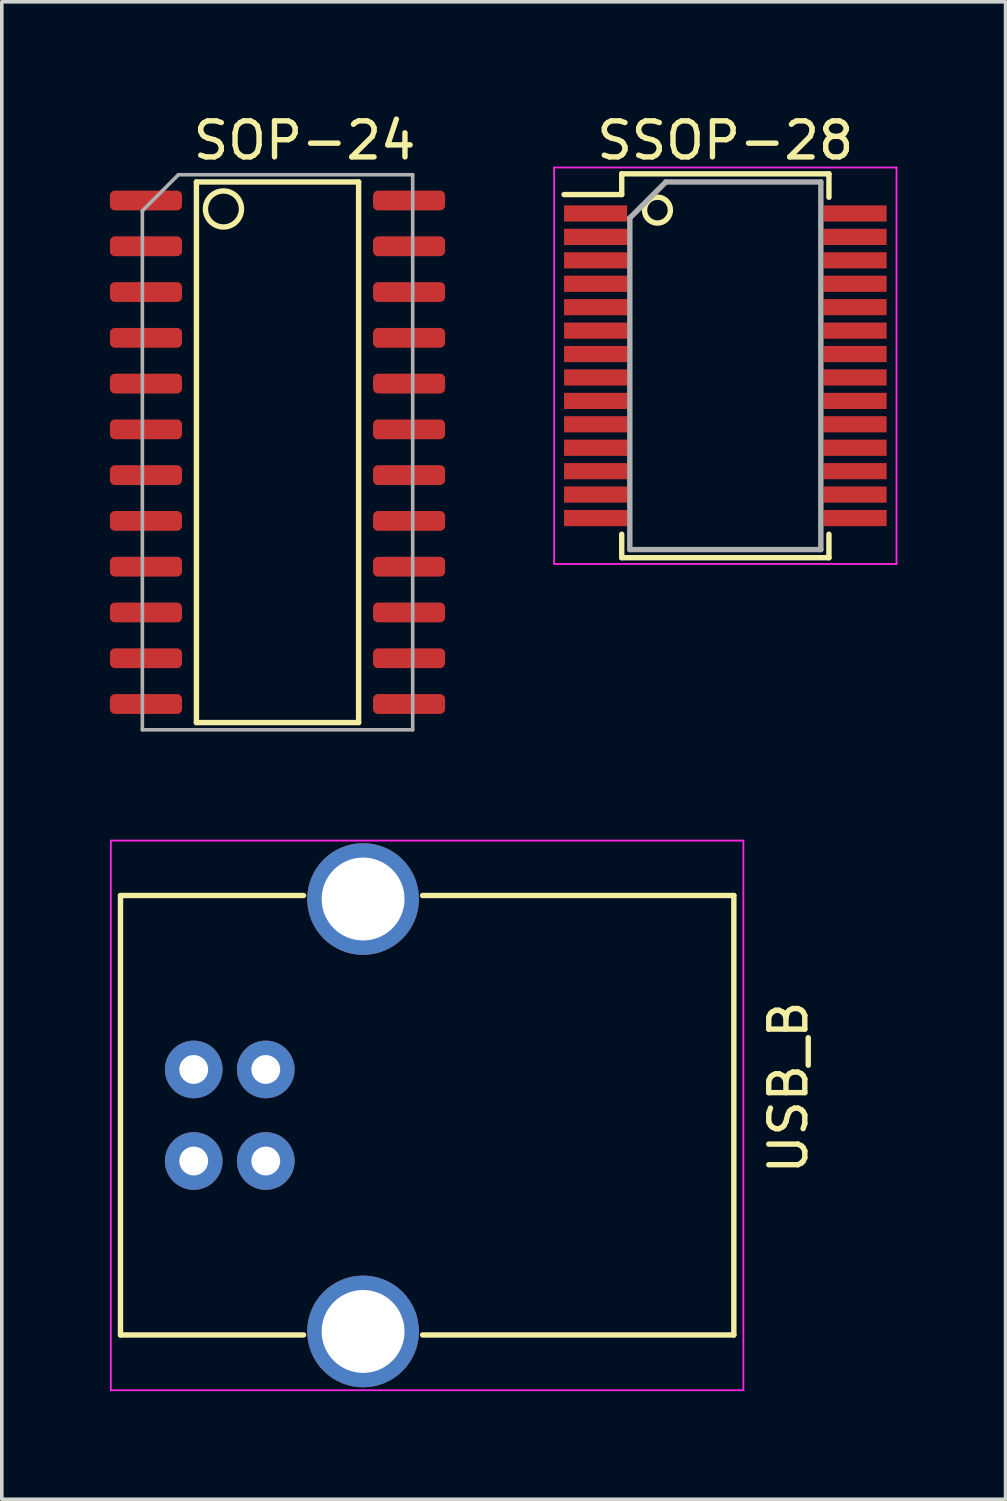
<source format=kicad_pcb>
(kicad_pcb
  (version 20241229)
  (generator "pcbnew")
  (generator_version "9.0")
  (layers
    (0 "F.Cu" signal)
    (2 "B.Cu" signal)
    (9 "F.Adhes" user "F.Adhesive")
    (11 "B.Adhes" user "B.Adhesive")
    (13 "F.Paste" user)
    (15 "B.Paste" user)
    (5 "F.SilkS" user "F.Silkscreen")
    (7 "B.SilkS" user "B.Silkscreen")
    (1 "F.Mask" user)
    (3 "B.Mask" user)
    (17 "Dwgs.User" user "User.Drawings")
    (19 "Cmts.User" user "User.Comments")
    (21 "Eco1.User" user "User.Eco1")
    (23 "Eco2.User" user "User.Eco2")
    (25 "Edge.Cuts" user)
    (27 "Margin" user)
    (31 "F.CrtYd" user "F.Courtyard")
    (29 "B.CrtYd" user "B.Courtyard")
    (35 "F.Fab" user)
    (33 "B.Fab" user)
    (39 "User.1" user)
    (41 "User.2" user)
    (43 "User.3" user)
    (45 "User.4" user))
  (footprint "USB_B"
    (layer "F.Cu")
    (at 2.325 26.623)
    (property "Reference" "USB_B" (at 16.5 0.5 270) (layer "F.SilkS") (effects (font (size 1 1) (thickness 0.15))))
    (attr through_hole)
    (fp_line (start -2.032 -4.826) (end 3.048 -4.826) (stroke (width 0.15) (type solid)) (layer "F.SilkS"))
    (fp_line (start -2.032 7.366) (end -2.032 -4.826) (stroke (width 0.15) (type solid)) (layer "F.SilkS"))
    (fp_line (start -2.032 7.366) (end 3.048 7.366) (stroke (width 0.15) (type solid)) (layer "F.SilkS"))
    (fp_line (start 6.35 -4.826) (end 14.986 -4.826) (stroke (width 0.15) (type solid)) (layer "F.SilkS"))
    (fp_line (start 6.35 7.366) (end 14.986 7.366) (stroke (width 0.15) (type solid)) (layer "F.SilkS"))
    (fp_line (start 14.986 -4.826) (end 14.986 7.366) (stroke (width 0.15) (type solid)) (layer "F.SilkS"))
    (fp_line (start -2.3 -6.35) (end 15.25 -6.35) (stroke (width 0.05) (type solid)) (layer "F.CrtYd"))
    (fp_line (start -2.3 8.9) (end -2.3 -6.35) (stroke (width 0.05) (type solid)) (layer "F.CrtYd"))
    (fp_line (start 15.25 -6.35) (end 15.25 8.9) (stroke (width 0.05) (type solid)) (layer "F.CrtYd"))
    (fp_line (start 15.25 8.9) (end -2.3 8.9) (stroke (width 0.05) (type solid)) (layer "F.CrtYd"))
    (pad "1" thru_hole circle (at 0 0 270) (size 1.6 1.6) (drill 0.8) (layers "*.Cu" "*.Mask"))
    (pad "2" thru_hole circle (at 0 2.54 270) (size 1.6 1.6) (drill 0.8) (layers "*.Cu" "*.Mask"))
    (pad "3" thru_hole circle (at 1.999 2.54 270) (size 1.6 1.6) (drill 0.8) (layers "*.Cu" "*.Mask"))
    (pad "4" thru_hole circle (at 1.999 0 270) (size 1.6 1.6) (drill 0.8) (layers "*.Cu" "*.Mask"))
    (pad "5" thru_hole circle (at 4.699 -4.729 270) (size 3.1 3.1) (drill 2.3) (layers "*.Cu" "*.Mask"))
    (pad "6" thru_hole circle (at 4.699 7.269 270) (size 3.1 3.1) (drill 2.3) (layers "*.Cu" "*.Mask")))
  (footprint "SSOP-28"
    (layer "F.Cu")
    (at 17.075 7.098)
    (property "Reference" "SSOP-28" (at 0 -6.25 0) (layer "F.SilkS") (effects (font (size 1 1) (thickness 0.15))))
    (attr smd)
    (fp_line (start -2.875 -5.325) (end -2.875 -4.75) (stroke (width 0.15) (type solid)) (layer "F.SilkS"))
    (fp_line (start -2.875 -5.325) (end 2.875 -5.325) (stroke (width 0.15) (type solid)) (layer "F.SilkS"))
    (fp_line (start -2.875 -4.75) (end -4.475 -4.75) (stroke (width 0.15) (type solid)) (layer "F.SilkS"))
    (fp_line (start -2.875 5.325) (end -2.875 4.675) (stroke (width 0.15) (type solid)) (layer "F.SilkS"))
    (fp_line (start -2.875 5.325) (end 2.875 5.325) (stroke (width 0.15) (type solid)) (layer "F.SilkS"))
    (fp_line (start 2.875 -5.325) (end 2.875 -4.675) (stroke (width 0.15) (type solid)) (layer "F.SilkS"))
    (fp_line (start 2.875 5.325) (end 2.875 4.675) (stroke (width 0.15) (type solid)) (layer "F.SilkS"))
    (fp_circle (center -1.883 -4.318) (end -1.629 -4.572) (stroke (width 0.15) (type solid)) (fill no) (layer "F.SilkS"))
    (fp_line (start -4.75 -5.5) (end -4.75 5.5) (stroke (width 0.05) (type solid)) (layer "F.CrtYd"))
    (fp_line (start -4.75 -5.5) (end 4.75 -5.5) (stroke (width 0.05) (type solid)) (layer "F.CrtYd"))
    (fp_line (start -4.75 5.5) (end 4.75 5.5) (stroke (width 0.05) (type solid)) (layer "F.CrtYd"))
    (fp_line (start 4.75 -5.5) (end 4.75 5.5) (stroke (width 0.05) (type solid)) (layer "F.CrtYd"))
    (fp_line (start -2.65 -4.1) (end -1.65 -5.1) (stroke (width 0.15) (type solid)) (layer "F.Fab"))
    (fp_line (start -2.65 5.1) (end -2.65 -4.1) (stroke (width 0.15) (type solid)) (layer "F.Fab"))
    (fp_line (start -1.65 -5.1) (end 2.65 -5.1) (stroke (width 0.15) (type solid)) (layer "F.Fab"))
    (fp_line (start 2.65 -5.1) (end 2.65 5.1) (stroke (width 0.15) (type solid)) (layer "F.Fab"))
    (fp_line (start 2.65 5.1) (end -2.65 5.1) (stroke (width 0.15) (type solid)) (layer "F.Fab"))
    (pad "1" smd rect (at -3.6 -4.225) (size 1.75 0.45) (layers "F.Cu" "F.Mask" "F.Paste"))
    (pad "2" smd rect (at -3.6 -3.575) (size 1.75 0.45) (layers "F.Cu" "F.Mask" "F.Paste"))
    (pad "3" smd rect (at -3.6 -2.925) (size 1.75 0.45) (layers "F.Cu" "F.Mask" "F.Paste"))
    (pad "4" smd rect (at -3.6 -2.275) (size 1.75 0.45) (layers "F.Cu" "F.Mask" "F.Paste"))
    (pad "5" smd rect (at -3.6 -1.625) (size 1.75 0.45) (layers "F.Cu" "F.Mask" "F.Paste"))
    (pad "6" smd rect (at -3.6 -0.975) (size 1.75 0.45) (layers "F.Cu" "F.Mask" "F.Paste"))
    (pad "7" smd rect (at -3.6 -0.325) (size 1.75 0.45) (layers "F.Cu" "F.Mask" "F.Paste"))
    (pad "8" smd rect (at -3.6 0.325) (size 1.75 0.45) (layers "F.Cu" "F.Mask" "F.Paste"))
    (pad "9" smd rect (at -3.6 0.975) (size 1.75 0.45) (layers "F.Cu" "F.Mask" "F.Paste"))
    (pad "10" smd rect (at -3.6 1.625) (size 1.75 0.45) (layers "F.Cu" "F.Mask" "F.Paste"))
    (pad "11" smd rect (at -3.6 2.275) (size 1.75 0.45) (layers "F.Cu" "F.Mask" "F.Paste"))
    (pad "12" smd rect (at -3.6 2.925) (size 1.75 0.45) (layers "F.Cu" "F.Mask" "F.Paste"))
    (pad "13" smd rect (at -3.6 3.575) (size 1.75 0.45) (layers "F.Cu" "F.Mask" "F.Paste"))
    (pad "14" smd rect (at -3.6 4.225) (size 1.75 0.45) (layers "F.Cu" "F.Mask" "F.Paste"))
    (pad "15" smd rect (at 3.6 4.225) (size 1.75 0.45) (layers "F.Cu" "F.Mask" "F.Paste"))
    (pad "16" smd rect (at 3.6 3.575) (size 1.75 0.45) (layers "F.Cu" "F.Mask" "F.Paste"))
    (pad "17" smd rect (at 3.6 2.925) (size 1.75 0.45) (layers "F.Cu" "F.Mask" "F.Paste"))
    (pad "18" smd rect (at 3.6 2.275) (size 1.75 0.45) (layers "F.Cu" "F.Mask" "F.Paste"))
    (pad "19" smd rect (at 3.6 1.625) (size 1.75 0.45) (layers "F.Cu" "F.Mask" "F.Paste"))
    (pad "20" smd rect (at 3.6 0.975) (size 1.75 0.45) (layers "F.Cu" "F.Mask" "F.Paste"))
    (pad "21" smd rect (at 3.6 0.325) (size 1.75 0.45) (layers "F.Cu" "F.Mask" "F.Paste"))
    (pad "22" smd rect (at 3.6 -0.325) (size 1.75 0.45) (layers "F.Cu" "F.Mask" "F.Paste"))
    (pad "23" smd rect (at 3.6 -0.975) (size 1.75 0.45) (layers "F.Cu" "F.Mask" "F.Paste"))
    (pad "24" smd rect (at 3.6 -1.625) (size 1.75 0.45) (layers "F.Cu" "F.Mask" "F.Paste"))
    (pad "25" smd rect (at 3.6 -2.275) (size 1.75 0.45) (layers "F.Cu" "F.Mask" "F.Paste"))
    (pad "26" smd rect (at 3.6 -2.925) (size 1.75 0.45) (layers "F.Cu" "F.Mask" "F.Paste"))
    (pad "27" smd rect (at 3.6 -3.575) (size 1.75 0.45) (layers "F.Cu" "F.Mask" "F.Paste"))
    (pad "28" smd rect (at 3.6 -4.225) (size 1.75 0.45) (layers "F.Cu" "F.Mask" "F.Paste")))
  (footprint "SOP-24"
    (layer "F.Cu")
    (at 4.65 9.498)
    (property "Reference" "SOP-24" (at 0.75 -8.65 0) (layer "F.SilkS") (effects (font (size 1 1) (thickness 0.15))))
    (attr smd)
    (fp_line (start -2.25 -7.5) (end 2.25 -7.5) (stroke (width 0.15) (type solid)) (layer "F.SilkS"))
    (fp_line (start -2.25 7.5) (end -2.25 -7.5) (stroke (width 0.15) (type solid)) (layer "F.SilkS"))
    (fp_line (start 2.25 -7.5) (end 2.25 7.5) (stroke (width 0.15) (type solid)) (layer "F.SilkS"))
    (fp_line (start 2.25 7.5) (end -2.25 7.5) (stroke (width 0.15) (type solid)) (layer "F.SilkS"))
    (fp_circle (center -1.5 -6.75) (end -1.5 -7.25) (stroke (width 0.15) (type solid)) (fill no) (layer "F.SilkS"))
    (fp_line (start -3.75 -6.7) (end -2.75 -7.7) (stroke (width 0.1) (type solid)) (layer "F.Fab"))
    (fp_line (start -3.75 7.7) (end -3.75 -6.7) (stroke (width 0.1) (type solid)) (layer "F.Fab"))
    (fp_line (start -2.75 -7.7) (end 3.75 -7.7) (stroke (width 0.1) (type solid)) (layer "F.Fab"))
    (fp_line (start 3.75 -7.7) (end 3.75 7.7) (stroke (width 0.1) (type solid)) (layer "F.Fab"))
    (fp_line (start 3.75 7.7) (end -3.75 7.7) (stroke (width 0.1) (type solid)) (layer "F.Fab"))
    (pad "1" smd roundrect (at -3.65 -6.985) (size 2 0.55) (layers "F.Cu" "F.Mask" "F.Paste") (roundrect_rratio 0.25))
    (pad "2" smd roundrect (at -3.65 -5.715) (size 2 0.55) (layers "F.Cu" "F.Mask" "F.Paste") (roundrect_rratio 0.25))
    (pad "3" smd roundrect (at -3.65 -4.445) (size 2 0.55) (layers "F.Cu" "F.Mask" "F.Paste") (roundrect_rratio 0.25))
    (pad "4" smd roundrect (at -3.65 -3.175) (size 2 0.55) (layers "F.Cu" "F.Mask" "F.Paste") (roundrect_rratio 0.25))
    (pad "5" smd roundrect (at -3.65 -1.905) (size 2 0.55) (layers "F.Cu" "F.Mask" "F.Paste") (roundrect_rratio 0.25))
    (pad "6" smd roundrect (at -3.65 -0.635) (size 2 0.55) (layers "F.Cu" "F.Mask" "F.Paste") (roundrect_rratio 0.25))
    (pad "7" smd roundrect (at -3.65 0.635) (size 2 0.55) (layers "F.Cu" "F.Mask" "F.Paste") (roundrect_rratio 0.25))
    (pad "8" smd roundrect (at -3.65 1.905) (size 2 0.55) (layers "F.Cu" "F.Mask" "F.Paste") (roundrect_rratio 0.25))
    (pad "9" smd roundrect (at -3.65 3.175) (size 2 0.55) (layers "F.Cu" "F.Mask" "F.Paste") (roundrect_rratio 0.25))
    (pad "10" smd roundrect (at -3.65 4.445) (size 2 0.55) (layers "F.Cu" "F.Mask" "F.Paste") (roundrect_rratio 0.25))
    (pad "11" smd roundrect (at -3.65 5.715) (size 2 0.55) (layers "F.Cu" "F.Mask" "F.Paste") (roundrect_rratio 0.25))
    (pad "12" smd roundrect (at -3.65 6.985) (size 2 0.55) (layers "F.Cu" "F.Mask" "F.Paste") (roundrect_rratio 0.25))
    (pad "13" smd roundrect (at 3.65 6.985) (size 2 0.55) (layers "F.Cu" "F.Mask" "F.Paste") (roundrect_rratio 0.25))
    (pad "14" smd roundrect (at 3.65 5.715) (size 2 0.55) (layers "F.Cu" "F.Mask" "F.Paste") (roundrect_rratio 0.25))
    (pad "15" smd roundrect (at 3.65 4.445) (size 2 0.55) (layers "F.Cu" "F.Mask" "F.Paste") (roundrect_rratio 0.25))
    (pad "16" smd roundrect (at 3.65 3.175) (size 2 0.55) (layers "F.Cu" "F.Mask" "F.Paste") (roundrect_rratio 0.25))
    (pad "17" smd roundrect (at 3.65 1.905) (size 2 0.55) (layers "F.Cu" "F.Mask" "F.Paste") (roundrect_rratio 0.25))
    (pad "18" smd roundrect (at 3.65 0.635) (size 2 0.55) (layers "F.Cu" "F.Mask" "F.Paste") (roundrect_rratio 0.25))
    (pad "19" smd roundrect (at 3.65 -0.635) (size 2 0.55) (layers "F.Cu" "F.Mask" "F.Paste") (roundrect_rratio 0.25))
    (pad "20" smd roundrect (at 3.65 -1.905) (size 2 0.55) (layers "F.Cu" "F.Mask" "F.Paste") (roundrect_rratio 0.25))
    (pad "21" smd roundrect (at 3.65 -3.175) (size 2 0.55) (layers "F.Cu" "F.Mask" "F.Paste") (roundrect_rratio 0.25))
    (pad "22" smd roundrect (at 3.65 -4.445) (size 2 0.55) (layers "F.Cu" "F.Mask" "F.Paste") (roundrect_rratio 0.25))
    (pad "23" smd roundrect (at 3.65 -5.715) (size 2 0.55) (layers "F.Cu" "F.Mask" "F.Paste") (roundrect_rratio 0.25))
    (pad "24" smd roundrect (at 3.65 -6.985) (size 2 0.55) (layers "F.Cu" "F.Mask" "F.Paste") (roundrect_rratio 0.25)))
  (gr_rect
    (start -3 -3)
    (end 24.85 38.548)
    (stroke (width 0.1) (type default))
    (fill no)
    (layer "Edge.Cuts")))
</source>
